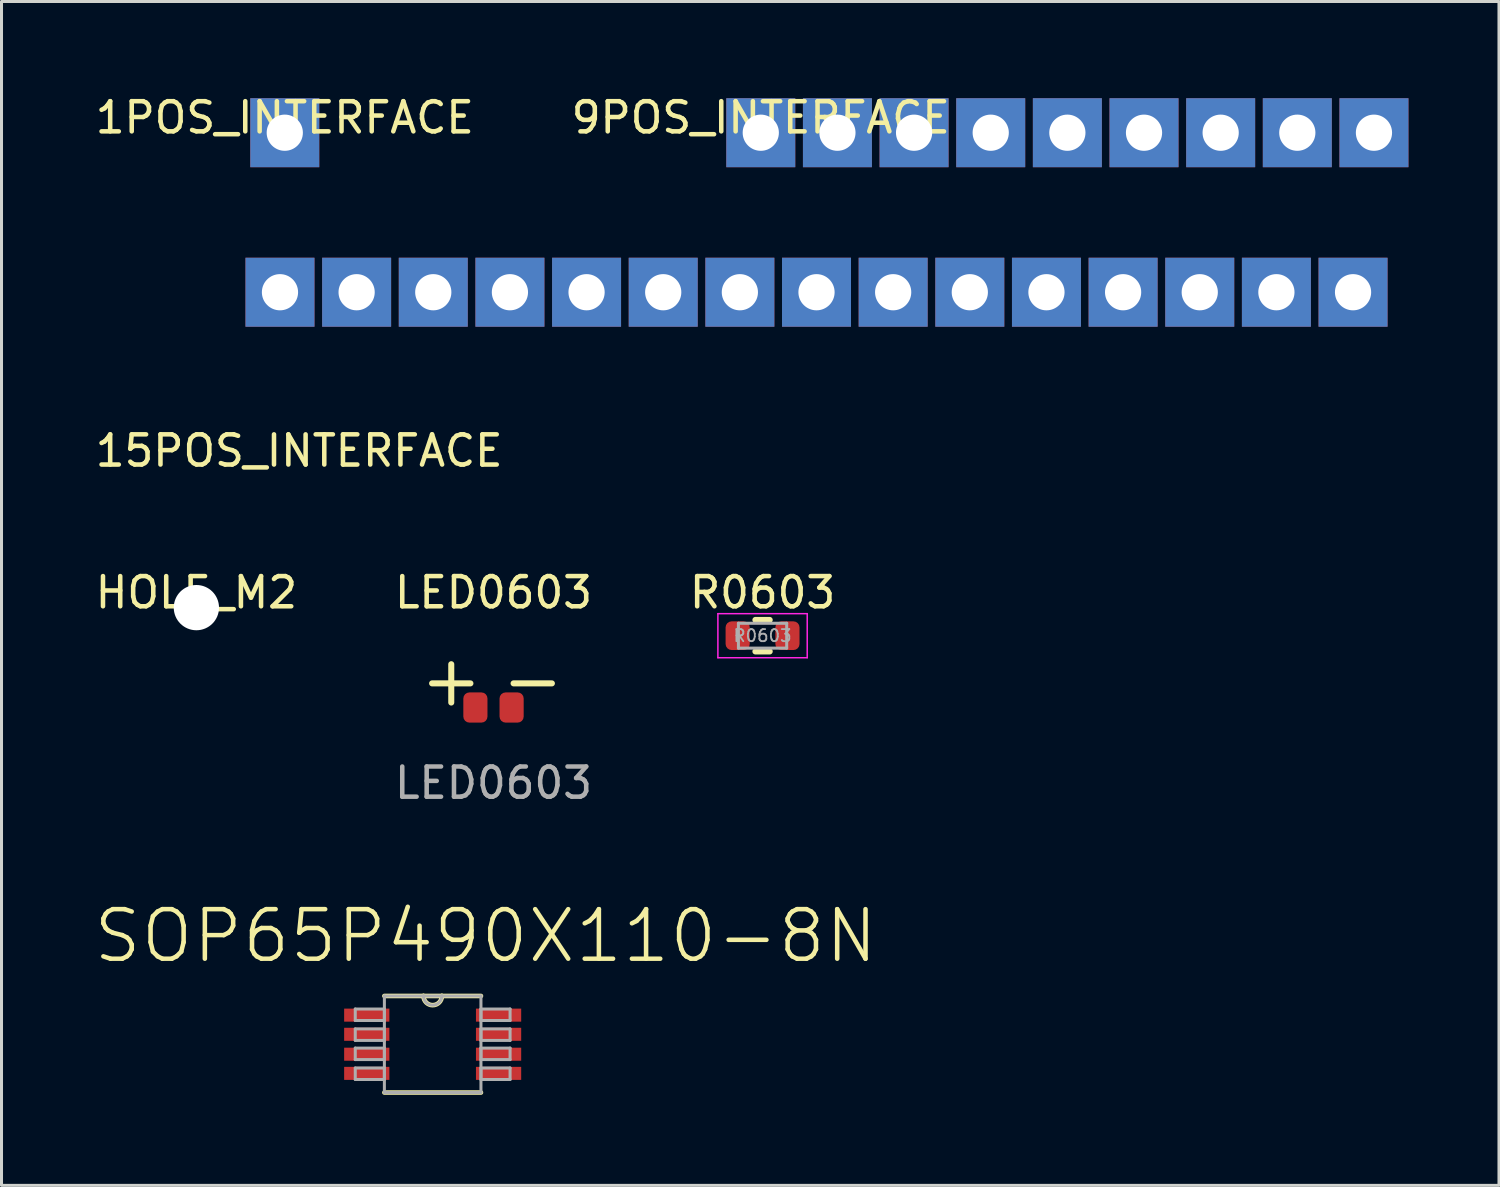
<source format=kicad_pcb>
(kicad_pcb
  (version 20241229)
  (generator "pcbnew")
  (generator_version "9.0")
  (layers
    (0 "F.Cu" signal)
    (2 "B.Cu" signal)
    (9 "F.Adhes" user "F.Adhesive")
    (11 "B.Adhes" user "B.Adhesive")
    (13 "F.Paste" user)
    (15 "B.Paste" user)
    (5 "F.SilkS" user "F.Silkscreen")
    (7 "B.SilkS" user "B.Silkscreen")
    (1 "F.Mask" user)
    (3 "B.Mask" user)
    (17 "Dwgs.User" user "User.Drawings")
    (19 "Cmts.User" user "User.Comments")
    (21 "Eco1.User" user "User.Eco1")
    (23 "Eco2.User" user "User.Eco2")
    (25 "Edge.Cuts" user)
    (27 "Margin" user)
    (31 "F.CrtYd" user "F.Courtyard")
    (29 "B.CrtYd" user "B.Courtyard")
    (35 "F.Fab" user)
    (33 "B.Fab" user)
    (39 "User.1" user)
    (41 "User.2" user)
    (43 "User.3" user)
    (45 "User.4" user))
  (footprint "15POS_INTERFACE"
    (layer "F.Cu")
    (at 6.228 6.634)
    (property "Reference" "15POS_INTERFACE" (at 0.635 5.255 0) (unlocked yes) (layer "F.SilkS") (effects (font (size 1 1) (thickness 0.15))))
    (attr smd)
    (pad "1" thru_hole rect (at 0 0) (size 2.286 2.286) (drill 1.2) (layers "*.Cu" "*.Mask"))
    (pad "2" thru_hole rect (at 2.54 0) (size 2.286 2.286) (drill 1.2) (layers "*.Cu" "*.Mask"))
    (pad "3" thru_hole rect (at 5.08 0) (size 2.286 2.286) (drill 1.2) (layers "*.Cu" "*.Mask"))
    (pad "4" thru_hole rect (at 7.62 0) (size 2.286 2.286) (drill 1.2) (layers "*.Cu" "*.Mask"))
    (pad "5" thru_hole rect (at 10.16 0) (size 2.286 2.286) (drill 1.2) (layers "*.Cu" "*.Mask"))
    (pad "6" thru_hole rect (at 12.7 0) (size 2.286 2.286) (drill 1.2) (layers "*.Cu" "*.Mask"))
    (pad "7" thru_hole rect (at 15.24 0) (size 2.286 2.286) (drill 1.2) (layers "*.Cu" "*.Mask"))
    (pad "8" thru_hole rect (at 17.78 0) (size 2.286 2.286) (drill 1.2) (layers "*.Cu" "*.Mask"))
    (pad "9" thru_hole rect (at 20.32 0) (size 2.286 2.286) (drill 1.2) (layers "*.Cu" "*.Mask"))
    (pad "10" thru_hole rect (at 22.86 0) (size 2.286 2.286) (drill 1.2) (layers "*.Cu" "*.Mask"))
    (pad "11" thru_hole rect (at 25.4 0) (size 2.286 2.286) (drill 1.2) (layers "*.Cu" "*.Mask"))
    (pad "12" thru_hole rect (at 27.94 0) (size 2.286 2.286) (drill 1.2) (layers "*.Cu" "*.Mask"))
    (pad "13" thru_hole rect (at 30.48 0) (size 2.286 2.286) (drill 1.2) (layers "*.Cu" "*.Mask"))
    (pad "14" thru_hole rect (at 33.02 0) (size 2.286 2.286) (drill 1.2) (layers "*.Cu" "*.Mask"))
    (pad "15" thru_hole rect (at 35.56 0) (size 2.286 2.286) (drill 1.2) (layers "*.Cu" "*.Mask")))
  (footprint "HOLE_M2"
    (layer "F.Cu")
    (at 3.458 17.086)
    (property "Reference" "HOLE_M2" (at 0 -0.5 0) (unlocked yes) (layer "F.SilkS") (effects (font (size 1 1) (thickness 0.15))))
    (attr smd)
    (pad "" np_thru_hole circle (at 0 0) (size 1.5 1.5) (drill 2.1) (layers "*.Cu" "*.Mask")))
  (footprint "9POS_INTERFACE"
    (layer "F.Cu")
    (at 22.161 1.348)
    (property "Reference" "9POS_INTERFACE" (at 0 -0.5 0) (unlocked yes) (layer "F.SilkS") (effects (font (size 1 1) (thickness 0.15))))
    (attr through_hole)
    (pad "1" thru_hole rect (at 0 0) (size 2.286 2.286) (drill 1.2) (layers "*.Cu" "*.Mask"))
    (pad "2" thru_hole rect (at 2.54 0) (size 2.286 2.286) (drill 1.2) (layers "*.Cu" "*.Mask"))
    (pad "3" thru_hole rect (at 5.08 0) (size 2.286 2.286) (drill 1.2) (layers "*.Cu" "*.Mask"))
    (pad "4" thru_hole rect (at 7.62 0) (size 2.286 2.286) (drill 1.2) (layers "*.Cu" "*.Mask"))
    (pad "5" thru_hole rect (at 10.16 0) (size 2.286 2.286) (drill 1.2) (layers "*.Cu" "*.Mask"))
    (pad "6" thru_hole rect (at 12.7 0) (size 2.286 2.286) (drill 1.2) (layers "*.Cu" "*.Mask"))
    (pad "7" thru_hole rect (at 15.24 0) (size 2.286 2.286) (drill 1.2) (layers "*.Cu" "*.Mask"))
    (pad "8" thru_hole rect (at 17.78 0) (size 2.286 2.286) (drill 1.2) (layers "*.Cu" "*.Mask"))
    (pad "9" thru_hole rect (at 20.32 0) (size 2.286 2.286) (drill 1.2) (layers "*.Cu" "*.Mask")))
  (footprint "SOP65P490X110-8N"
    (layer "F.Cu")
    (at 11.288 31.555)
    (property "Reference" "SOP65P490X110-8N" (at 1.755 -3.587 0) (layer "F.SilkS") (effects (font (size 1.642 1.642) (thickness 0.15))))
    (attr smd)
    (fp_line (start -1.6 1.6) (end 1.6 1.6) (stroke (width 0.152) (type solid)) (layer "F.SilkS"))
    (fp_line (start -0.305 -1.6) (end -1.6 -1.6) (stroke (width 0.152) (type solid)) (layer "F.SilkS"))
    (fp_line (start 0.305 -1.6) (end -0.305 -1.6) (stroke (width 0.152) (type solid)) (layer "F.SilkS"))
    (fp_line (start 1.6 -1.6) (end 0.305 -1.6) (stroke (width 0.152) (type solid)) (layer "F.SilkS"))
    (fp_arc (start 0.3048 -1.6002) (mid 0 -1.2954) (end -0.3048 -1.6002) (stroke (width 0.1524) (type solid)) (layer "F.SilkS"))
    (fp_line (start -2.565 -1.168) (end -2.565 -0.787) (stroke (width 0.1) (type solid)) (layer "F.Fab"))
    (fp_line (start -2.565 -0.787) (end -1.6 -0.787) (stroke (width 0.1) (type solid)) (layer "F.Fab"))
    (fp_line (start -2.565 -0.508) (end -2.565 -0.127) (stroke (width 0.1) (type solid)) (layer "F.Fab"))
    (fp_line (start -2.565 -0.127) (end -1.6 -0.127) (stroke (width 0.1) (type solid)) (layer "F.Fab"))
    (fp_line (start -2.565 0.127) (end -2.565 0.508) (stroke (width 0.1) (type solid)) (layer "F.Fab"))
    (fp_line (start -2.565 0.508) (end -1.6 0.508) (stroke (width 0.1) (type solid)) (layer "F.Fab"))
    (fp_line (start -2.565 0.787) (end -2.565 1.168) (stroke (width 0.1) (type solid)) (layer "F.Fab"))
    (fp_line (start -2.565 1.168) (end -1.6 1.168) (stroke (width 0.1) (type solid)) (layer "F.Fab"))
    (fp_line (start -1.6 -1.6) (end -1.6 1.6) (stroke (width 0.1) (type solid)) (layer "F.Fab"))
    (fp_line (start -1.6 -1.168) (end -2.565 -1.168) (stroke (width 0.1) (type solid)) (layer "F.Fab"))
    (fp_line (start -1.6 -0.787) (end -1.6 -1.168) (stroke (width 0.1) (type solid)) (layer "F.Fab"))
    (fp_line (start -1.6 -0.508) (end -2.565 -0.508) (stroke (width 0.1) (type solid)) (layer "F.Fab"))
    (fp_line (start -1.6 -0.127) (end -1.6 -0.508) (stroke (width 0.1) (type solid)) (layer "F.Fab"))
    (fp_line (start -1.6 0.127) (end -2.565 0.127) (stroke (width 0.1) (type solid)) (layer "F.Fab"))
    (fp_line (start -1.6 0.508) (end -1.6 0.127) (stroke (width 0.1) (type solid)) (layer "F.Fab"))
    (fp_line (start -1.6 0.787) (end -2.565 0.787) (stroke (width 0.1) (type solid)) (layer "F.Fab"))
    (fp_line (start -1.6 1.168) (end -1.6 0.787) (stroke (width 0.1) (type solid)) (layer "F.Fab"))
    (fp_line (start -1.6 1.6) (end 1.6 1.6) (stroke (width 0.1) (type solid)) (layer "F.Fab"))
    (fp_line (start -0.305 -1.6) (end -1.6 -1.6) (stroke (width 0.1) (type solid)) (layer "F.Fab"))
    (fp_line (start 0.305 -1.6) (end -0.305 -1.6) (stroke (width 0.1) (type solid)) (layer "F.Fab"))
    (fp_line (start 1.6 -1.6) (end 0.305 -1.6) (stroke (width 0.1) (type solid)) (layer "F.Fab"))
    (fp_line (start 1.6 -1.168) (end 1.6 -0.787) (stroke (width 0.1) (type solid)) (layer "F.Fab"))
    (fp_line (start 1.6 -0.787) (end 2.565 -0.787) (stroke (width 0.1) (type solid)) (layer "F.Fab"))
    (fp_line (start 1.6 -0.508) (end 1.6 -0.127) (stroke (width 0.1) (type solid)) (layer "F.Fab"))
    (fp_line (start 1.6 -0.127) (end 2.565 -0.127) (stroke (width 0.1) (type solid)) (layer "F.Fab"))
    (fp_line (start 1.6 0.127) (end 1.6 0.508) (stroke (width 0.1) (type solid)) (layer "F.Fab"))
    (fp_line (start 1.6 0.508) (end 2.565 0.508) (stroke (width 0.1) (type solid)) (layer "F.Fab"))
    (fp_line (start 1.6 0.787) (end 1.6 1.168) (stroke (width 0.1) (type solid)) (layer "F.Fab"))
    (fp_line (start 1.6 1.168) (end 2.565 1.168) (stroke (width 0.1) (type solid)) (layer "F.Fab"))
    (fp_line (start 1.6 1.6) (end 1.6 -1.6) (stroke (width 0.1) (type solid)) (layer "F.Fab"))
    (fp_line (start 2.565 -1.168) (end 1.6 -1.168) (stroke (width 0.1) (type solid)) (layer "F.Fab"))
    (fp_line (start 2.565 -0.787) (end 2.565 -1.168) (stroke (width 0.1) (type solid)) (layer "F.Fab"))
    (fp_line (start 2.565 -0.508) (end 1.6 -0.508) (stroke (width 0.1) (type solid)) (layer "F.Fab"))
    (fp_line (start 2.565 -0.127) (end 2.565 -0.508) (stroke (width 0.1) (type solid)) (layer "F.Fab"))
    (fp_line (start 2.565 0.127) (end 1.6 0.127) (stroke (width 0.1) (type solid)) (layer "F.Fab"))
    (fp_line (start 2.565 0.508) (end 2.565 0.127) (stroke (width 0.1) (type solid)) (layer "F.Fab"))
    (fp_line (start 2.565 0.787) (end 1.6 0.787) (stroke (width 0.1) (type solid)) (layer "F.Fab"))
    (fp_line (start 2.565 1.168) (end 2.565 0.787) (stroke (width 0.1) (type solid)) (layer "F.Fab"))
    (fp_arc (start 0.3048 -1.6002) (mid 0 -1.2954) (end -0.3048 -1.6002) (stroke (width 0.1) (type solid)) (layer "F.Fab"))
    (pad "1" smd rect (at -2.184 -0.965) (size 1.499 0.432) (layers "F.Cu" "F.Mask" "F.Paste"))
    (pad "2" smd rect (at -2.184 -0.33) (size 1.499 0.432) (layers "F.Cu" "F.Mask" "F.Paste"))
    (pad "3" smd rect (at -2.184 0.33) (size 1.499 0.432) (layers "F.Cu" "F.Mask" "F.Paste"))
    (pad "4" smd rect (at -2.184 0.965) (size 1.499 0.432) (layers "F.Cu" "F.Mask" "F.Paste"))
    (pad "5" smd rect (at 2.184 0.965) (size 1.499 0.432) (layers "F.Cu" "F.Mask" "F.Paste"))
    (pad "6" smd rect (at 2.184 0.33) (size 1.499 0.432) (layers "F.Cu" "F.Mask" "F.Paste"))
    (pad "7" smd rect (at 2.184 -0.33) (size 1.499 0.432) (layers "F.Cu" "F.Mask" "F.Paste"))
    (pad "8" smd rect (at 2.184 -0.965) (size 1.499 0.432) (layers "F.Cu" "F.Mask" "F.Paste")))
  (footprint "LED0603"
    (layer "F.Cu")
    (at 13.304 20.396)
    (property "Reference" "LED0603" (at 0 -3.81 0) (unlocked yes) (layer "F.SilkS") (effects (font (size 1 1) (thickness 0.15))))
    (attr smd)
    (fp_line (start -2.035 -0.8) (end -0.765 -0.8) (stroke (width 0.2) (type solid)) (layer "F.SilkS"))
    (fp_line (start -1.4 -1.435) (end -1.4 -0.165) (stroke (width 0.2) (type solid)) (layer "F.SilkS"))
    (fp_line (start 0.665 -0.8) (end 1.935 -0.8) (stroke (width 0.2) (type solid)) (layer "F.SilkS"))
    (fp_text user "${REFERENCE}" (at 0 2.5 0) (unlocked yes) (layer "F.Fab") (effects (font (size 1 1) (thickness 0.15))))
    (pad "1" smd roundrect (at 0.6 0) (size 0.8 1) (layers "F.Cu" "F.Mask" "F.Paste") (roundrect_rratio 0.25))
    (pad "2" smd roundrect (at -0.6 0) (size 0.8 1) (layers "F.Cu" "F.Mask" "F.Paste") (roundrect_rratio 0.25)))
  (footprint "R0603"
    (layer "F.Cu")
    (at 22.22 18.016)
    (property "Reference" "R0603" (at 0 -1.43 0) (layer "F.SilkS") (effects (font (size 1 1) (thickness 0.15))))
    (attr smd)
    (fp_line (start -0.237 -0.522) (end 0.237 -0.522) (stroke (width 0.2) (type solid)) (layer "F.SilkS"))
    (fp_line (start -0.237 0.522) (end 0.237 0.522) (stroke (width 0.2) (type solid)) (layer "F.SilkS"))
    (fp_line (start -1.48 -0.73) (end 1.48 -0.73) (stroke (width 0.05) (type solid)) (layer "F.CrtYd"))
    (fp_line (start -1.48 0.73) (end -1.48 -0.73) (stroke (width 0.05) (type solid)) (layer "F.CrtYd"))
    (fp_line (start 1.48 -0.73) (end 1.48 0.73) (stroke (width 0.05) (type solid)) (layer "F.CrtYd"))
    (fp_line (start 1.48 0.73) (end -1.48 0.73) (stroke (width 0.05) (type solid)) (layer "F.CrtYd"))
    (fp_line (start -0.8 -0.412) (end 0.8 -0.412) (stroke (width 0.1) (type solid)) (layer "F.Fab"))
    (fp_line (start -0.8 0.412) (end -0.8 -0.412) (stroke (width 0.1) (type solid)) (layer "F.Fab"))
    (fp_line (start 0.8 -0.412) (end 0.8 0.412) (stroke (width 0.1) (type solid)) (layer "F.Fab"))
    (fp_line (start 0.8 0.412) (end -0.8 0.412) (stroke (width 0.1) (type solid)) (layer "F.Fab"))
    (fp_text user "${REFERENCE}" (at 0 0 0) (layer "F.Fab") (effects (font (size 0.4 0.4) (thickness 0.06))))
    (pad "1" smd roundrect (at -0.825 0) (size 0.8 0.95) (layers "F.Cu" "F.Mask" "F.Paste") (roundrect_rratio 0.25))
    (pad "2" smd roundrect (at 0.825 0) (size 0.8 0.95) (layers "F.Cu" "F.Mask" "F.Paste") (roundrect_rratio 0.25)))
  (footprint "1POS_INTERFACE"
    (layer "F.Cu")
    (at 6.387 1.348)
    (property "Reference" "1POS_INTERFACE" (at 0 -0.5 0) (unlocked yes) (layer "F.SilkS") (effects (font (size 1 1) (thickness 0.15))))
    (attr smd)
    (pad "1" thru_hole rect (at 0 0) (size 2.286 2.286) (drill 1.2) (layers "*.Cu" "*.Mask")))
  (gr_rect
    (start -3 -3)
    (end 46.624 36.231)
    (stroke (width 0.1) (type default))
    (fill no)
    (layer "Edge.Cuts")))
</source>
